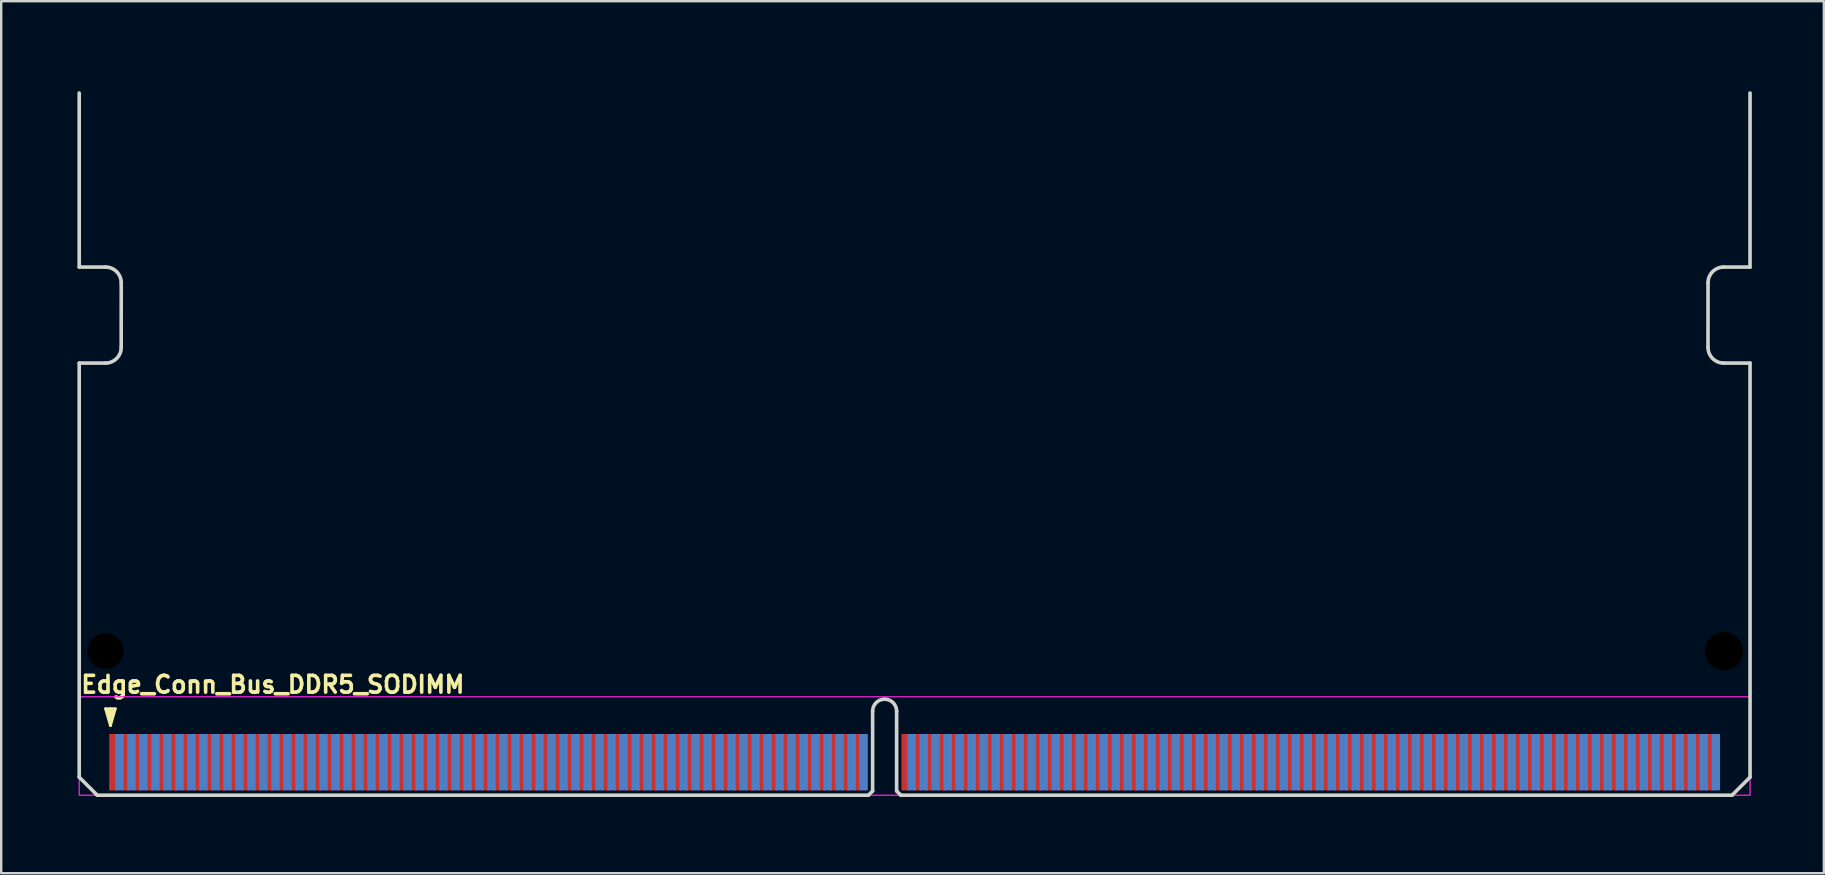
<source format=kicad_pcb>
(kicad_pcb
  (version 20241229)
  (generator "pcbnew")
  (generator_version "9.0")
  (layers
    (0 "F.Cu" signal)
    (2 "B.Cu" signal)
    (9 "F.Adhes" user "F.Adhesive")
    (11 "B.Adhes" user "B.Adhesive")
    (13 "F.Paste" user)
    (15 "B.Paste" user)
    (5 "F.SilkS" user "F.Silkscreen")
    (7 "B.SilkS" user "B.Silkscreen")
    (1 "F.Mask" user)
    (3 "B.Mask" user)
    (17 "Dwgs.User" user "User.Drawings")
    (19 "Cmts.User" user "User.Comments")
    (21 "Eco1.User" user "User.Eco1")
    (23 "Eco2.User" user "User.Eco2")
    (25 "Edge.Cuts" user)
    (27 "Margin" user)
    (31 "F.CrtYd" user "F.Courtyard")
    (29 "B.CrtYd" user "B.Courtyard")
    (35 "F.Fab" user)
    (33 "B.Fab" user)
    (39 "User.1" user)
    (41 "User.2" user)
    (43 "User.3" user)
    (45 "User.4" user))
  (footprint "Edge_Conn_Bus_DDR5_SODIMM"
    (layer "F.Cu")
    (at 0.25 30.075)
    (property "Reference" "Edge_Conn_Bus_DDR5_SODIMM" (at 0 -4.2 0) (layer "F.SilkS") (effects (font (size 0.7 0.7) (thickness 0.15)) (justify left bottom)))
    (attr exclude_from_pos_files exclude_from_bom)
    (fp_line (start 1.1 -3.6) (end 1.3 -2.9) (stroke (width 0.12) (type solid)) (layer "F.SilkS"))
    (fp_line (start 1.3 -3.6) (end 1.3 -3.1) (stroke (width 0.12) (type solid)) (layer "F.SilkS"))
    (fp_line (start 1.3 -3.1) (end 1.2 -3.5) (stroke (width 0.12) (type solid)) (layer "F.SilkS"))
    (fp_line (start 1.3 -3.1) (end 1.4 -3.5) (stroke (width 0.12) (type solid)) (layer "F.SilkS"))
    (fp_line (start 1.3 -2.9) (end 1.5 -3.6) (stroke (width 0.12) (type solid)) (layer "F.SilkS"))
    (fp_line (start 1.5 -3.6) (end 1.1 -3.6) (stroke (width 0.12) (type solid)) (layer "F.SilkS"))
    (fp_line (start 0 -29.25) (end 0 -22) (stroke (width 0.15) (type solid)) (layer "Edge.Cuts"))
    (fp_line (start 0 -0.75) (end 0 -18) (stroke (width 0.15) (type solid)) (layer "Edge.Cuts"))
    (fp_line (start 0 -0.75) (end 0.75 0) (stroke (width 0.15) (type solid)) (layer "Edge.Cuts"))
    (fp_line (start 0.75 0) (end 32.875 0) (stroke (width 0.15) (type solid)) (layer "Edge.Cuts"))
    (fp_line (start 1.1 -22) (end 0 -22) (stroke (width 0.15) (type solid)) (layer "Edge.Cuts"))
    (fp_line (start 1.1 -18) (end 0 -18) (stroke (width 0.15) (type solid)) (layer "Edge.Cuts"))
    (fp_line (start 1.75 -21.351) (end 1.749 -18.65) (stroke (width 0.15) (type solid)) (layer "Edge.Cuts"))
    (fp_line (start 33.05 -0.175) (end 32.875 0) (stroke (width 0.15) (type solid)) (layer "Edge.Cuts"))
    (fp_line (start 33.05 -0.175) (end 33.05 -3.5) (stroke (width 0.15) (type solid)) (layer "Edge.Cuts"))
    (fp_line (start 34.05 -0.175) (end 34.05 -3.5) (stroke (width 0.15) (type solid)) (layer "Edge.Cuts"))
    (fp_line (start 34.05 -0.175) (end 34.225 0) (stroke (width 0.15) (type solid)) (layer "Edge.Cuts"))
    (fp_line (start 34.225 0) (end 68.85 0) (stroke (width 0.15) (type solid)) (layer "Edge.Cuts"))
    (fp_line (start 67.849 -18.65) (end 67.85 -21.35) (stroke (width 0.15) (type solid)) (layer "Edge.Cuts"))
    (fp_line (start 68.499 -18.001) (end 69.6 -18) (stroke (width 0.15) (type solid)) (layer "Edge.Cuts"))
    (fp_line (start 69.599 -22) (end 69.6 -29.25) (stroke (width 0.15) (type solid)) (layer "Edge.Cuts"))
    (fp_line (start 69.6 -21.999) (end 68.499 -22) (stroke (width 0.15) (type solid)) (layer "Edge.Cuts"))
    (fp_line (start 69.6 -0.75) (end 68.85 0) (stroke (width 0.15) (type solid)) (layer "Edge.Cuts"))
    (fp_line (start 69.6 -0.75) (end 69.6 -18) (stroke (width 0.15) (type solid)) (layer "Edge.Cuts"))
    (fp_arc (start 1.099854 -22.000147) (mid 1.559 -21.81) (end 1.749854 -21.351147) (stroke (width 0.15) (type solid)) (layer "Edge.Cuts"))
    (fp_arc (start 1.749 -18.65) (mid 1.558853 -18.190854) (end 1.1 -18) (stroke (width 0.15) (type solid)) (layer "Edge.Cuts"))
    (fp_arc (start 33.05 -3.5) (mid 33.55 -4) (end 34.05 -3.5) (stroke (width 0.15) (type solid)) (layer "Edge.Cuts"))
    (fp_arc (start 67.85 -21.35) (mid 68.040147 -21.809146) (end 68.499 -22) (stroke (width 0.15) (type solid)) (layer "Edge.Cuts"))
    (fp_arc (start 68.499 -18.001) (mid 68.039854 -18.191147) (end 67.849 -18.65) (stroke (width 0.15) (type solid)) (layer "Edge.Cuts"))
    (fp_rect (start 0 -4.1) (end 69.6 0) (stroke (width 0.05) (type solid)) (fill no) (layer "F.CrtYd"))
    (fp_rect (start 0 -30) (end 69.599 0) (stroke (width 0.15) (type solid)) (fill no) (layer "User.5"))
    (fp_line (start 0 -22) (end 0 -29.25) (stroke (width 0.15) (type solid)) (layer "User.9"))
    (fp_line (start 0 -18) (end 1.1 -18) (stroke (width 0.15) (type solid)) (layer "User.9"))
    (fp_line (start 0 -0.75) (end 0 -18) (stroke (width 0.15) (type solid)) (layer "User.9"))
    (fp_line (start 0 -0.75) (end 0.749 0) (stroke (width 0.15) (type solid)) (layer "User.9"))
    (fp_line (start 0.749 -30) (end 35.299 -30) (stroke (width 0.15) (type solid)) (layer "User.9"))
    (fp_line (start 0.749 0) (end 32.875 0) (stroke (width 0.15) (type solid)) (layer "User.9"))
    (fp_line (start 1.1 -22) (end 0 -22) (stroke (width 0.15) (type solid)) (layer "User.9"))
    (fp_line (start 1.749 -18.65) (end 1.749 -21.351) (stroke (width 0.15) (type solid)) (layer "User.9"))
    (fp_line (start 33.049 -0.175) (end 32.875 0) (stroke (width 0.15) (type solid)) (layer "User.9"))
    (fp_line (start 33.049 -0.175) (end 33.049 -3.5) (stroke (width 0.15) (type solid)) (layer "User.9"))
    (fp_line (start 34.049 -0.175) (end 34.049 -3.5) (stroke (width 0.15) (type solid)) (layer "User.9"))
    (fp_line (start 34.05 -0.175) (end 34.225 -0.001) (stroke (width 0.15) (type solid)) (layer "User.9"))
    (fp_line (start 34.225 0) (end 68.849 0) (stroke (width 0.15) (type solid)) (layer "User.9"))
    (fp_line (start 35.299 -30) (end 68.851 -30) (stroke (width 0.15) (type solid)) (layer "User.9"))
    (fp_line (start 67.849 -18.65) (end 67.849 -21.351) (stroke (width 0.15) (type solid)) (layer "User.9"))
    (fp_line (start 68.499 -18) (end 69.599 -18) (stroke (width 0.15) (type solid)) (layer "User.9"))
    (fp_line (start 69.599 -22) (end 68.499 -22) (stroke (width 0.15) (type solid)) (layer "User.9"))
    (fp_line (start 69.599 -22) (end 69.6 -29.25) (stroke (width 0.15) (type solid)) (layer "User.9"))
    (fp_line (start 69.599 -0.75) (end 68.849 0) (stroke (width 0.15) (type solid)) (layer "User.9"))
    (fp_line (start 69.599 -0.75) (end 69.599 -18) (stroke (width 0.15) (type solid)) (layer "User.9"))
    (fp_arc (start 0 -29.25) (mid 0.219 -29.781) (end 0.749 -30) (stroke (width 0.15) (type solid)) (layer "User.9"))
    (fp_arc (start 1.1 -22) (mid 1.559 -21.81) (end 1.749 -21.351) (stroke (width 0.15) (type solid)) (layer "User.9"))
    (fp_arc (start 1.749 -18.65) (mid 1.559 -18.191) (end 1.1 -18) (stroke (width 0.15) (type solid)) (layer "User.9"))
    (fp_arc (start 33.049 -3.5) (mid 33.549 -4) (end 34.049 -3.5) (stroke (width 0.15) (type solid)) (layer "User.9"))
    (fp_arc (start 67.849 -21.351) (mid 68.04 -21.81) (end 68.499 -22) (stroke (width 0.15) (type solid)) (layer "User.9"))
    (fp_arc (start 68.499 -18) (mid 68.04 -18.191) (end 67.849 -18.65) (stroke (width 0.15) (type solid)) (layer "User.9"))
    (fp_arc (start 68.851 -30) (mid 69.38 -29.78) (end 69.6 -29.25) (stroke (width 0.15) (type solid)) (layer "User.9"))
    (pad "" np_thru_hole circle (at 1.1 -6) (size 1.5 1.5) (drill 1.5) (layers "*.Mask"))
    (pad "" np_thru_hole circle (at 68.51 -6) (size 1.6 1.6) (drill 1.6) (layers "*.Mask"))
    (pad "1" smd rect (at 1.425 -1.375) (size 0.35 2.35) (layers "F.Cu" "F.Mask"))
    (pad "2" smd rect (at 1.675 -1.375 180) (size 0.35 2.35) (layers "B.Cu" "B.Mask"))
    (pad "3" smd rect (at 1.925 -1.375) (size 0.35 2.35) (layers "F.Cu" "F.Mask"))
    (pad "4" smd rect (at 2.175 -1.375 180) (size 0.35 2.35) (layers "B.Cu" "B.Mask"))
    (pad "5" smd rect (at 2.425 -1.375) (size 0.35 2.35) (layers "F.Cu" "F.Mask"))
    (pad "6" smd rect (at 2.675 -1.375 180) (size 0.35 2.35) (layers "B.Cu" "B.Mask"))
    (pad "7" smd rect (at 2.925 -1.375) (size 0.35 2.35) (layers "F.Cu" "F.Mask"))
    (pad "8" smd rect (at 3.175 -1.375 180) (size 0.35 2.35) (layers "B.Cu" "B.Mask"))
    (pad "9" smd rect (at 3.425 -1.375) (size 0.35 2.35) (layers "F.Cu" "F.Mask"))
    (pad "10" smd rect (at 3.675 -1.375 180) (size 0.35 2.35) (layers "B.Cu" "B.Mask"))
    (pad "11" smd rect (at 3.925 -1.375) (size 0.35 2.35) (layers "F.Cu" "F.Mask"))
    (pad "12" smd rect (at 4.175 -1.375 180) (size 0.35 2.35) (layers "B.Cu" "B.Mask"))
    (pad "13" smd rect (at 4.425 -1.375) (size 0.35 2.35) (layers "F.Cu" "F.Mask"))
    (pad "14" smd rect (at 4.675 -1.375 180) (size 0.35 2.35) (layers "B.Cu" "B.Mask"))
    (pad "15" smd rect (at 4.925 -1.375) (size 0.35 2.35) (layers "F.Cu" "F.Mask"))
    (pad "16" smd rect (at 5.175 -1.375 180) (size 0.35 2.35) (layers "B.Cu" "B.Mask"))
    (pad "17" smd rect (at 5.425 -1.375) (size 0.35 2.35) (layers "F.Cu" "F.Mask"))
    (pad "18" smd rect (at 5.675 -1.375 180) (size 0.35 2.35) (layers "B.Cu" "B.Mask"))
    (pad "19" smd rect (at 5.925 -1.375) (size 0.35 2.35) (layers "F.Cu" "F.Mask"))
    (pad "20" smd rect (at 6.175 -1.375 180) (size 0.35 2.35) (layers "B.Cu" "B.Mask"))
    (pad "21" smd rect (at 6.425 -1.375) (size 0.35 2.35) (layers "F.Cu" "F.Mask"))
    (pad "22" smd rect (at 6.675 -1.375 180) (size 0.35 2.35) (layers "B.Cu" "B.Mask"))
    (pad "23" smd rect (at 6.925 -1.375) (size 0.35 2.35) (layers "F.Cu" "F.Mask"))
    (pad "24" smd rect (at 7.175 -1.375 180) (size 0.35 2.35) (layers "B.Cu" "B.Mask"))
    (pad "25" smd rect (at 7.425 -1.375) (size 0.35 2.35) (layers "F.Cu" "F.Mask"))
    (pad "26" smd rect (at 7.675 -1.375 180) (size 0.35 2.35) (layers "B.Cu" "B.Mask"))
    (pad "27" smd rect (at 7.925 -1.375) (size 0.35 2.35) (layers "F.Cu" "F.Mask"))
    (pad "28" smd rect (at 8.175 -1.375 180) (size 0.35 2.35) (layers "B.Cu" "B.Mask"))
    (pad "29" smd rect (at 8.425 -1.375) (size 0.35 2.35) (layers "F.Cu" "F.Mask"))
    (pad "30" smd rect (at 8.675 -1.375 180) (size 0.35 2.35) (layers "B.Cu" "B.Mask"))
    (pad "31" smd rect (at 8.925 -1.375) (size 0.35 2.35) (layers "F.Cu" "F.Mask"))
    (pad "32" smd rect (at 9.175 -1.375 180) (size 0.35 2.35) (layers "B.Cu" "B.Mask"))
    (pad "33" smd rect (at 9.425 -1.375) (size 0.35 2.35) (layers "F.Cu" "F.Mask"))
    (pad "34" smd rect (at 9.675 -1.375 180) (size 0.35 2.35) (layers "B.Cu" "B.Mask"))
    (pad "35" smd rect (at 9.925 -1.375) (size 0.35 2.35) (layers "F.Cu" "F.Mask"))
    (pad "36" smd rect (at 10.175 -1.375 180) (size 0.35 2.35) (layers "B.Cu" "B.Mask"))
    (pad "37" smd rect (at 10.425 -1.375) (size 0.35 2.35) (layers "F.Cu" "F.Mask"))
    (pad "38" smd rect (at 10.675 -1.375 180) (size 0.35 2.35) (layers "B.Cu" "B.Mask"))
    (pad "39" smd rect (at 10.925 -1.375) (size 0.35 2.35) (layers "F.Cu" "F.Mask"))
    (pad "40" smd rect (at 11.175 -1.375 180) (size 0.35 2.35) (layers "B.Cu" "B.Mask"))
    (pad "41" smd rect (at 11.425 -1.375) (size 0.35 2.35) (layers "F.Cu" "F.Mask"))
    (pad "42" smd rect (at 11.675 -1.375 180) (size 0.35 2.35) (layers "B.Cu" "B.Mask"))
    (pad "43" smd rect (at 11.925 -1.375) (size 0.35 2.35) (layers "F.Cu" "F.Mask"))
    (pad "44" smd rect (at 12.175 -1.375 180) (size 0.35 2.35) (layers "B.Cu" "B.Mask"))
    (pad "45" smd rect (at 12.425 -1.375) (size 0.35 2.35) (layers "F.Cu" "F.Mask"))
    (pad "46" smd rect (at 12.675 -1.375 180) (size 0.35 2.35) (layers "B.Cu" "B.Mask"))
    (pad "47" smd rect (at 12.925 -1.375) (size 0.35 2.35) (layers "F.Cu" "F.Mask"))
    (pad "48" smd rect (at 13.175 -1.375 180) (size 0.35 2.35) (layers "B.Cu" "B.Mask"))
    (pad "49" smd rect (at 13.425 -1.375) (size 0.35 2.35) (layers "F.Cu" "F.Mask"))
    (pad "50" smd rect (at 13.675 -1.375 180) (size 0.35 2.35) (layers "B.Cu" "B.Mask"))
    (pad "51" smd rect (at 13.925 -1.375) (size 0.35 2.35) (layers "F.Cu" "F.Mask"))
    (pad "52" smd rect (at 14.175 -1.375 180) (size 0.35 2.35) (layers "B.Cu" "B.Mask"))
    (pad "53" smd rect (at 14.425 -1.375) (size 0.35 2.35) (layers "F.Cu" "F.Mask"))
    (pad "54" smd rect (at 14.675 -1.375 180) (size 0.35 2.35) (layers "B.Cu" "B.Mask"))
    (pad "55" smd rect (at 14.925 -1.375) (size 0.35 2.35) (layers "F.Cu" "F.Mask"))
    (pad "56" smd rect (at 15.175 -1.375 180) (size 0.35 2.35) (layers "B.Cu" "B.Mask"))
    (pad "57" smd rect (at 15.425 -1.375) (size 0.35 2.35) (layers "F.Cu" "F.Mask"))
    (pad "58" smd rect (at 15.675 -1.375 180) (size 0.35 2.35) (layers "B.Cu" "B.Mask"))
    (pad "59" smd rect (at 15.925 -1.375) (size 0.35 2.35) (layers "F.Cu" "F.Mask"))
    (pad "60" smd rect (at 16.175 -1.375 180) (size 0.35 2.35) (layers "B.Cu" "B.Mask"))
    (pad "61" smd rect (at 16.425 -1.375) (size 0.35 2.35) (layers "F.Cu" "F.Mask"))
    (pad "62" smd rect (at 16.675 -1.375 180) (size 0.35 2.35) (layers "B.Cu" "B.Mask"))
    (pad "63" smd rect (at 16.925 -1.375) (size 0.35 2.35) (layers "F.Cu" "F.Mask"))
    (pad "64" smd rect (at 17.175 -1.375 180) (size 0.35 2.35) (layers "B.Cu" "B.Mask"))
    (pad "65" smd rect (at 17.425 -1.375) (size 0.35 2.35) (layers "F.Cu" "F.Mask"))
    (pad "66" smd rect (at 17.675 -1.375 180) (size 0.35 2.35) (layers "B.Cu" "B.Mask"))
    (pad "67" smd rect (at 17.925 -1.375) (size 0.35 2.35) (layers "F.Cu" "F.Mask"))
    (pad "68" smd rect (at 18.175 -1.375 180) (size 0.35 2.35) (layers "B.Cu" "B.Mask"))
    (pad "69" smd rect (at 18.425 -1.375) (size 0.35 2.35) (layers "F.Cu" "F.Mask"))
    (pad "70" smd rect (at 18.675 -1.375 180) (size 0.35 2.35) (layers "B.Cu" "B.Mask"))
    (pad "71" smd rect (at 18.925 -1.375) (size 0.35 2.35) (layers "F.Cu" "F.Mask"))
    (pad "72" smd rect (at 19.175 -1.375 180) (size 0.35 2.35) (layers "B.Cu" "B.Mask"))
    (pad "73" smd rect (at 19.425 -1.375) (size 0.35 2.35) (layers "F.Cu" "F.Mask"))
    (pad "74" smd rect (at 19.675 -1.375 180) (size 0.35 2.35) (layers "B.Cu" "B.Mask"))
    (pad "75" smd rect (at 19.925 -1.375) (size 0.35 2.35) (layers "F.Cu" "F.Mask"))
    (pad "76" smd rect (at 20.175 -1.375 180) (size 0.35 2.35) (layers "B.Cu" "B.Mask"))
    (pad "77" smd rect (at 20.425 -1.375) (size 0.35 2.35) (layers "F.Cu" "F.Mask"))
    (pad "78" smd rect (at 20.675 -1.375 180) (size 0.35 2.35) (layers "B.Cu" "B.Mask"))
    (pad "79" smd rect (at 20.925 -1.375) (size 0.35 2.35) (layers "F.Cu" "F.Mask"))
    (pad "80" smd rect (at 21.175 -1.375 180) (size 0.35 2.35) (layers "B.Cu" "B.Mask"))
    (pad "81" smd rect (at 21.425 -1.375) (size 0.35 2.35) (layers "F.Cu" "F.Mask"))
    (pad "82" smd rect (at 21.675 -1.375 180) (size 0.35 2.35) (layers "B.Cu" "B.Mask"))
    (pad "83" smd rect (at 21.925 -1.375) (size 0.35 2.35) (layers "F.Cu" "F.Mask"))
    (pad "84" smd rect (at 22.175 -1.375 180) (size 0.35 2.35) (layers "B.Cu" "B.Mask"))
    (pad "85" smd rect (at 22.425 -1.375) (size 0.35 2.35) (layers "F.Cu" "F.Mask"))
    (pad "86" smd rect (at 22.675 -1.375 180) (size 0.35 2.35) (layers "B.Cu" "B.Mask"))
    (pad "87" smd rect (at 22.925 -1.375) (size 0.35 2.35) (layers "F.Cu" "F.Mask"))
    (pad "88" smd rect (at 23.175 -1.375 180) (size 0.35 2.35) (layers "B.Cu" "B.Mask"))
    (pad "89" smd rect (at 23.425 -1.375) (size 0.35 2.35) (layers "F.Cu" "F.Mask"))
    (pad "90" smd rect (at 23.675 -1.375 180) (size 0.35 2.35) (layers "B.Cu" "B.Mask"))
    (pad "91" smd rect (at 23.925 -1.375) (size 0.35 2.35) (layers "F.Cu" "F.Mask"))
    (pad "92" smd rect (at 24.175 -1.375 180) (size 0.35 2.35) (layers "B.Cu" "B.Mask"))
    (pad "93" smd rect (at 24.425 -1.375) (size 0.35 2.35) (layers "F.Cu" "F.Mask"))
    (pad "94" smd rect (at 24.675 -1.375 180) (size 0.35 2.35) (layers "B.Cu" "B.Mask"))
    (pad "95" smd rect (at 24.925 -1.375) (size 0.35 2.35) (layers "F.Cu" "F.Mask"))
    (pad "96" smd rect (at 25.175 -1.375 180) (size 0.35 2.35) (layers "B.Cu" "B.Mask"))
    (pad "97" smd rect (at 25.425 -1.375) (size 0.35 2.35) (layers "F.Cu" "F.Mask"))
    (pad "98" smd rect (at 25.675 -1.375 180) (size 0.35 2.35) (layers "B.Cu" "B.Mask"))
    (pad "99" smd rect (at 25.925 -1.375) (size 0.35 2.35) (layers "F.Cu" "F.Mask"))
    (pad "100" smd rect (at 26.175 -1.375 180) (size 0.35 2.35) (layers "B.Cu" "B.Mask"))
    (pad "101" smd rect (at 26.425 -1.375) (size 0.35 2.35) (layers "F.Cu" "F.Mask"))
    (pad "102" smd rect (at 26.675 -1.375 180) (size 0.35 2.35) (layers "B.Cu" "B.Mask"))
    (pad "103" smd rect (at 26.925 -1.375) (size 0.35 2.35) (layers "F.Cu" "F.Mask"))
    (pad "104" smd rect (at 27.175 -1.375 180) (size 0.35 2.35) (layers "B.Cu" "B.Mask"))
    (pad "105" smd rect (at 27.425 -1.375) (size 0.35 2.35) (layers "F.Cu" "F.Mask"))
    (pad "106" smd rect (at 27.675 -1.375 180) (size 0.35 2.35) (layers "B.Cu" "B.Mask"))
    (pad "107" smd rect (at 27.925 -1.375) (size 0.35 2.35) (layers "F.Cu" "F.Mask"))
    (pad "108" smd rect (at 28.175 -1.375 180) (size 0.35 2.35) (layers "B.Cu" "B.Mask"))
    (pad "109" smd rect (at 28.425 -1.375) (size 0.35 2.35) (layers "F.Cu" "F.Mask"))
    (pad "110" smd rect (at 28.675 -1.375 180) (size 0.35 2.35) (layers "B.Cu" "B.Mask"))
    (pad "111" smd rect (at 28.925 -1.375) (size 0.35 2.35) (layers "F.Cu" "F.Mask"))
    (pad "112" smd rect (at 29.175 -1.375 180) (size 0.35 2.35) (layers "B.Cu" "B.Mask"))
    (pad "113" smd rect (at 29.425 -1.375) (size 0.35 2.35) (layers "F.Cu" "F.Mask"))
    (pad "114" smd rect (at 29.675 -1.375 180) (size 0.35 2.35) (layers "B.Cu" "B.Mask"))
    (pad "115" smd rect (at 29.925 -1.375) (size 0.35 2.35) (layers "F.Cu" "F.Mask"))
    (pad "116" smd rect (at 30.175 -1.375 180) (size 0.35 2.35) (layers "B.Cu" "B.Mask"))
    (pad "117" smd rect (at 30.425 -1.375) (size 0.35 2.35) (layers "F.Cu" "F.Mask"))
    (pad "118" smd rect (at 30.675 -1.375 180) (size 0.35 2.35) (layers "B.Cu" "B.Mask"))
    (pad "119" smd rect (at 30.925 -1.375) (size 0.35 2.35) (layers "F.Cu" "F.Mask"))
    (pad "120" smd rect (at 31.175 -1.375 180) (size 0.35 2.35) (layers "B.Cu" "B.Mask"))
    (pad "121" smd rect (at 31.425 -1.375) (size 0.35 2.35) (layers "F.Cu" "F.Mask"))
    (pad "122" smd rect (at 31.675 -1.375 180) (size 0.35 2.35) (layers "B.Cu" "B.Mask"))
    (pad "123" smd rect (at 31.925 -1.375) (size 0.35 2.35) (layers "F.Cu" "F.Mask"))
    (pad "124" smd rect (at 32.175 -1.375 180) (size 0.35 2.35) (layers "B.Cu" "B.Mask"))
    (pad "125" smd rect (at 32.425 -1.375) (size 0.35 2.35) (layers "F.Cu" "F.Mask"))
    (pad "126" smd rect (at 32.675 -1.375 180) (size 0.35 2.35) (layers "B.Cu" "B.Mask"))
    (pad "127" smd rect (at 34.425 -1.375) (size 0.35 2.35) (layers "F.Cu" "F.Mask"))
    (pad "128" smd rect (at 34.675 -1.375 180) (size 0.35 2.35) (layers "B.Cu" "B.Mask"))
    (pad "129" smd rect (at 34.925 -1.375) (size 0.35 2.35) (layers "F.Cu" "F.Mask"))
    (pad "130" smd rect (at 35.175 -1.375 180) (size 0.35 2.35) (layers "B.Cu" "B.Mask"))
    (pad "131" smd rect (at 35.425 -1.375) (size 0.35 2.35) (layers "F.Cu" "F.Mask"))
    (pad "132" smd rect (at 35.675 -1.375 180) (size 0.35 2.35) (layers "B.Cu" "B.Mask"))
    (pad "133" smd rect (at 35.925 -1.375) (size 0.35 2.35) (layers "F.Cu" "F.Mask"))
    (pad "134" smd rect (at 36.175 -1.375 180) (size 0.35 2.35) (layers "B.Cu" "B.Mask"))
    (pad "135" smd rect (at 36.425 -1.375) (size 0.35 2.35) (layers "F.Cu" "F.Mask"))
    (pad "136" smd rect (at 36.675 -1.375 180) (size 0.35 2.35) (layers "B.Cu" "B.Mask"))
    (pad "137" smd rect (at 36.925 -1.375) (size 0.35 2.35) (layers "F.Cu" "F.Mask"))
    (pad "138" smd rect (at 37.175 -1.375 180) (size 0.35 2.35) (layers "B.Cu" "B.Mask"))
    (pad "139" smd rect (at 37.425 -1.375) (size 0.35 2.35) (layers "F.Cu" "F.Mask"))
    (pad "140" smd rect (at 37.675 -1.375 180) (size 0.35 2.35) (layers "B.Cu" "B.Mask"))
    (pad "141" smd rect (at 37.925 -1.375) (size 0.35 2.35) (layers "F.Cu" "F.Mask"))
    (pad "142" smd rect (at 38.175 -1.375 180) (size 0.35 2.35) (layers "B.Cu" "B.Mask"))
    (pad "143" smd rect (at 38.425 -1.375) (size 0.35 2.35) (layers "F.Cu" "F.Mask"))
    (pad "144" smd rect (at 38.675 -1.375 180) (size 0.35 2.35) (layers "B.Cu" "B.Mask"))
    (pad "145" smd rect (at 38.925 -1.375) (size 0.35 2.35) (layers "F.Cu" "F.Mask"))
    (pad "146" smd rect (at 39.175 -1.375 180) (size 0.35 2.35) (layers "B.Cu" "B.Mask"))
    (pad "147" smd rect (at 39.425 -1.375) (size 0.35 2.35) (layers "F.Cu" "F.Mask"))
    (pad "148" smd rect (at 39.675 -1.375 180) (size 0.35 2.35) (layers "B.Cu" "B.Mask"))
    (pad "149" smd rect (at 39.925 -1.375) (size 0.35 2.35) (layers "F.Cu" "F.Mask"))
    (pad "150" smd rect (at 40.175 -1.375 180) (size 0.35 2.35) (layers "B.Cu" "B.Mask"))
    (pad "151" smd rect (at 40.425 -1.375) (size 0.35 2.35) (layers "F.Cu" "F.Mask"))
    (pad "152" smd rect (at 40.675 -1.375 180) (size 0.35 2.35) (layers "B.Cu" "B.Mask"))
    (pad "153" smd rect (at 40.925 -1.375) (size 0.35 2.35) (layers "F.Cu" "F.Mask"))
    (pad "154" smd rect (at 41.175 -1.375 180) (size 0.35 2.35) (layers "B.Cu" "B.Mask"))
    (pad "155" smd rect (at 41.425 -1.375) (size 0.35 2.35) (layers "F.Cu" "F.Mask"))
    (pad "156" smd rect (at 41.675 -1.375 180) (size 0.35 2.35) (layers "B.Cu" "B.Mask"))
    (pad "157" smd rect (at 41.925 -1.375) (size 0.35 2.35) (layers "F.Cu" "F.Mask"))
    (pad "158" smd rect (at 42.175 -1.375 180) (size 0.35 2.35) (layers "B.Cu" "B.Mask"))
    (pad "159" smd rect (at 42.425 -1.375) (size 0.35 2.35) (layers "F.Cu" "F.Mask"))
    (pad "160" smd rect (at 42.675 -1.375 180) (size 0.35 2.35) (layers "B.Cu" "B.Mask"))
    (pad "161" smd rect (at 42.925 -1.375) (size 0.35 2.35) (layers "F.Cu" "F.Mask"))
    (pad "162" smd rect (at 43.175 -1.375 180) (size 0.35 2.35) (layers "B.Cu" "B.Mask"))
    (pad "163" smd rect (at 43.425 -1.375) (size 0.35 2.35) (layers "F.Cu" "F.Mask"))
    (pad "164" smd rect (at 43.675 -1.375 180) (size 0.35 2.35) (layers "B.Cu" "B.Mask"))
    (pad "165" smd rect (at 43.925 -1.375) (size 0.35 2.35) (layers "F.Cu" "F.Mask"))
    (pad "166" smd rect (at 44.175 -1.375 180) (size 0.35 2.35) (layers "B.Cu" "B.Mask"))
    (pad "167" smd rect (at 44.425 -1.375) (size 0.35 2.35) (layers "F.Cu" "F.Mask"))
    (pad "168" smd rect (at 44.675 -1.375 180) (size 0.35 2.35) (layers "B.Cu" "B.Mask"))
    (pad "169" smd rect (at 44.925 -1.375) (size 0.35 2.35) (layers "F.Cu" "F.Mask"))
    (pad "170" smd rect (at 45.175 -1.375 180) (size 0.35 2.35) (layers "B.Cu" "B.Mask"))
    (pad "171" smd rect (at 45.425 -1.375) (size 0.35 2.35) (layers "F.Cu" "F.Mask"))
    (pad "172" smd rect (at 45.675 -1.375 180) (size 0.35 2.35) (layers "B.Cu" "B.Mask"))
    (pad "173" smd rect (at 45.925 -1.375) (size 0.35 2.35) (layers "F.Cu" "F.Mask"))
    (pad "174" smd rect (at 46.175 -1.375 180) (size 0.35 2.35) (layers "B.Cu" "B.Mask"))
    (pad "175" smd rect (at 46.425 -1.375) (size 0.35 2.35) (layers "F.Cu" "F.Mask"))
    (pad "176" smd rect (at 46.675 -1.375 180) (size 0.35 2.35) (layers "B.Cu" "B.Mask"))
    (pad "177" smd rect (at 46.925 -1.375) (size 0.35 2.35) (layers "F.Cu" "F.Mask"))
    (pad "178" smd rect (at 47.175 -1.375 180) (size 0.35 2.35) (layers "B.Cu" "B.Mask"))
    (pad "179" smd rect (at 47.425 -1.375) (size 0.35 2.35) (layers "F.Cu" "F.Mask"))
    (pad "180" smd rect (at 47.675 -1.375 180) (size 0.35 2.35) (layers "B.Cu" "B.Mask"))
    (pad "181" smd rect (at 47.925 -1.375) (size 0.35 2.35) (layers "F.Cu" "F.Mask"))
    (pad "182" smd rect (at 48.175 -1.375 180) (size 0.35 2.35) (layers "B.Cu" "B.Mask"))
    (pad "183" smd rect (at 48.425 -1.375) (size 0.35 2.35) (layers "F.Cu" "F.Mask"))
    (pad "184" smd rect (at 48.675 -1.375 180) (size 0.35 2.35) (layers "B.Cu" "B.Mask"))
    (pad "185" smd rect (at 48.925 -1.375) (size 0.35 2.35) (layers "F.Cu" "F.Mask"))
    (pad "186" smd rect (at 49.175 -1.375 180) (size 0.35 2.35) (layers "B.Cu" "B.Mask"))
    (pad "187" smd rect (at 49.425 -1.375) (size 0.35 2.35) (layers "F.Cu" "F.Mask"))
    (pad "188" smd rect (at 49.675 -1.375 180) (size 0.35 2.35) (layers "B.Cu" "B.Mask"))
    (pad "189" smd rect (at 49.925 -1.375) (size 0.35 2.35) (layers "F.Cu" "F.Mask"))
    (pad "190" smd rect (at 50.175 -1.375 180) (size 0.35 2.35) (layers "B.Cu" "B.Mask"))
    (pad "191" smd rect (at 50.425 -1.375) (size 0.35 2.35) (layers "F.Cu" "F.Mask"))
    (pad "192" smd rect (at 50.675 -1.375 180) (size 0.35 2.35) (layers "B.Cu" "B.Mask"))
    (pad "193" smd rect (at 50.925 -1.375) (size 0.35 2.35) (layers "F.Cu" "F.Mask"))
    (pad "194" smd rect (at 51.175 -1.375 180) (size 0.35 2.35) (layers "B.Cu" "B.Mask"))
    (pad "195" smd rect (at 51.425 -1.375) (size 0.35 2.35) (layers "F.Cu" "F.Mask"))
    (pad "196" smd rect (at 51.675 -1.375 180) (size 0.35 2.35) (layers "B.Cu" "B.Mask"))
    (pad "197" smd rect (at 51.925 -1.375) (size 0.35 2.35) (layers "F.Cu" "F.Mask"))
    (pad "198" smd rect (at 52.175 -1.375 180) (size 0.35 2.35) (layers "B.Cu" "B.Mask"))
    (pad "199" smd rect (at 52.425 -1.375) (size 0.35 2.35) (layers "F.Cu" "F.Mask"))
    (pad "200" smd rect (at 52.675 -1.375 180) (size 0.35 2.35) (layers "B.Cu" "B.Mask"))
    (pad "201" smd rect (at 52.925 -1.375) (size 0.35 2.35) (layers "F.Cu" "F.Mask"))
    (pad "202" smd rect (at 53.175 -1.375 180) (size 0.35 2.35) (layers "B.Cu" "B.Mask"))
    (pad "203" smd rect (at 53.425 -1.375) (size 0.35 2.35) (layers "F.Cu" "F.Mask"))
    (pad "204" smd rect (at 53.675 -1.375 180) (size 0.35 2.35) (layers "B.Cu" "B.Mask"))
    (pad "205" smd rect (at 53.925 -1.375) (size 0.35 2.35) (layers "F.Cu" "F.Mask"))
    (pad "206" smd rect (at 54.175 -1.375 180) (size 0.35 2.35) (layers "B.Cu" "B.Mask"))
    (pad "207" smd rect (at 54.425 -1.375) (size 0.35 2.35) (layers "F.Cu" "F.Mask"))
    (pad "208" smd rect (at 54.675 -1.375 180) (size 0.35 2.35) (layers "B.Cu" "B.Mask"))
    (pad "209" smd rect (at 54.925 -1.375) (size 0.35 2.35) (layers "F.Cu" "F.Mask"))
    (pad "210" smd rect (at 55.175 -1.375 180) (size 0.35 2.35) (layers "B.Cu" "B.Mask"))
    (pad "211" smd rect (at 55.425 -1.375) (size 0.35 2.35) (layers "F.Cu" "F.Mask"))
    (pad "212" smd rect (at 55.675 -1.375 180) (size 0.35 2.35) (layers "B.Cu" "B.Mask"))
    (pad "213" smd rect (at 55.925 -1.375) (size 0.35 2.35) (layers "F.Cu" "F.Mask"))
    (pad "214" smd rect (at 56.175 -1.375 180) (size 0.35 2.35) (layers "B.Cu" "B.Mask"))
    (pad "215" smd rect (at 56.425 -1.375) (size 0.35 2.35) (layers "F.Cu" "F.Mask"))
    (pad "216" smd rect (at 56.675 -1.375 180) (size 0.35 2.35) (layers "B.Cu" "B.Mask"))
    (pad "217" smd rect (at 56.925 -1.375) (size 0.35 2.35) (layers "F.Cu" "F.Mask"))
    (pad "218" smd rect (at 57.175 -1.375 180) (size 0.35 2.35) (layers "B.Cu" "B.Mask"))
    (pad "219" smd rect (at 57.425 -1.375) (size 0.35 2.35) (layers "F.Cu" "F.Mask"))
    (pad "220" smd rect (at 57.675 -1.375 180) (size 0.35 2.35) (layers "B.Cu" "B.Mask"))
    (pad "221" smd rect (at 57.925 -1.375) (size 0.35 2.35) (layers "F.Cu" "F.Mask"))
    (pad "222" smd rect (at 58.175 -1.375 180) (size 0.35 2.35) (layers "B.Cu" "B.Mask"))
    (pad "223" smd rect (at 58.425 -1.375) (size 0.35 2.35) (layers "F.Cu" "F.Mask"))
    (pad "224" smd rect (at 58.675 -1.375 180) (size 0.35 2.35) (layers "B.Cu" "B.Mask"))
    (pad "225" smd rect (at 58.925 -1.375) (size 0.35 2.35) (layers "F.Cu" "F.Mask"))
    (pad "226" smd rect (at 59.175 -1.375 180) (size 0.35 2.35) (layers "B.Cu" "B.Mask"))
    (pad "227" smd rect (at 59.425 -1.375) (size 0.35 2.35) (layers "F.Cu" "F.Mask"))
    (pad "228" smd rect (at 59.675 -1.375 180) (size 0.35 2.35) (layers "B.Cu" "B.Mask"))
    (pad "229" smd rect (at 59.925 -1.375) (size 0.35 2.35) (layers "F.Cu" "F.Mask"))
    (pad "230" smd rect (at 60.175 -1.375 180) (size 0.35 2.35) (layers "B.Cu" "B.Mask"))
    (pad "231" smd rect (at 60.425 -1.375) (size 0.35 2.35) (layers "F.Cu" "F.Mask"))
    (pad "232" smd rect (at 60.675 -1.375 180) (size 0.35 2.35) (layers "B.Cu" "B.Mask"))
    (pad "233" smd rect (at 60.925 -1.375) (size 0.35 2.35) (layers "F.Cu" "F.Mask"))
    (pad "234" smd rect (at 61.175 -1.375 180) (size 0.35 2.35) (layers "B.Cu" "B.Mask"))
    (pad "235" smd rect (at 61.425 -1.375) (size 0.35 2.35) (layers "F.Cu" "F.Mask"))
    (pad "236" smd rect (at 61.675 -1.375 180) (size 0.35 2.35) (layers "B.Cu" "B.Mask"))
    (pad "237" smd rect (at 61.925 -1.375) (size 0.35 2.35) (layers "F.Cu" "F.Mask"))
    (pad "238" smd rect (at 62.175 -1.375 180) (size 0.35 2.35) (layers "B.Cu" "B.Mask"))
    (pad "239" smd rect (at 62.425 -1.375) (size 0.35 2.35) (layers "F.Cu" "F.Mask"))
    (pad "240" smd rect (at 62.675 -1.375 180) (size 0.35 2.35) (layers "B.Cu" "B.Mask"))
    (pad "241" smd rect (at 62.925 -1.375) (size 0.35 2.35) (layers "F.Cu" "F.Mask"))
    (pad "242" smd rect (at 63.175 -1.375 180) (size 0.35 2.35) (layers "B.Cu" "B.Mask"))
    (pad "243" smd rect (at 63.425 -1.375) (size 0.35 2.35) (layers "F.Cu" "F.Mask"))
    (pad "244" smd rect (at 63.675 -1.375 180) (size 0.35 2.35) (layers "B.Cu" "B.Mask"))
    (pad "245" smd rect (at 63.925 -1.375) (size 0.35 2.35) (layers "F.Cu" "F.Mask"))
    (pad "246" smd rect (at 64.175 -1.375 180) (size 0.35 2.35) (layers "B.Cu" "B.Mask"))
    (pad "247" smd rect (at 64.425 -1.375) (size 0.35 2.35) (layers "F.Cu" "F.Mask"))
    (pad "248" smd rect (at 64.675 -1.375 180) (size 0.35 2.35) (layers "B.Cu" "B.Mask"))
    (pad "249" smd rect (at 64.925 -1.375) (size 0.35 2.35) (layers "F.Cu" "F.Mask"))
    (pad "250" smd rect (at 65.175 -1.375 180) (size 0.35 2.35) (layers "B.Cu" "B.Mask"))
    (pad "251" smd rect (at 65.425 -1.375) (size 0.35 2.35) (layers "F.Cu" "F.Mask"))
    (pad "252" smd rect (at 65.675 -1.375 180) (size 0.35 2.35) (layers "B.Cu" "B.Mask"))
    (pad "253" smd rect (at 65.925 -1.375) (size 0.35 2.35) (layers "F.Cu" "F.Mask"))
    (pad "254" smd rect (at 66.175 -1.375 180) (size 0.35 2.35) (layers "B.Cu" "B.Mask"))
    (pad "255" smd rect (at 66.425 -1.375) (size 0.35 2.35) (layers "F.Cu" "F.Mask"))
    (pad "256" smd rect (at 66.675 -1.375 180) (size 0.35 2.35) (layers "B.Cu" "B.Mask"))
    (pad "257" smd rect (at 66.925 -1.375) (size 0.35 2.35) (layers "F.Cu" "F.Mask"))
    (pad "258" smd rect (at 67.175 -1.375 180) (size 0.35 2.35) (layers "B.Cu" "B.Mask"))
    (pad "259" smd rect (at 67.425 -1.375) (size 0.35 2.35) (layers "F.Cu" "F.Mask"))
    (pad "260" smd rect (at 67.675 -1.375 180) (size 0.35 2.35) (layers "B.Cu" "B.Mask"))
    (pad "261" smd rect (at 67.925 -1.375) (size 0.35 2.35) (layers "F.Cu" "F.Mask"))
    (pad "262" smd rect (at 68.175 -1.375 180) (size 0.35 2.35) (layers "B.Cu" "B.Mask")))
  (gr_rect
    (start -3 -3)
    (end 72.925 33.325)
    (stroke (width 0.1) (type default))
    (fill no)
    (layer "Edge.Cuts")))
</source>
